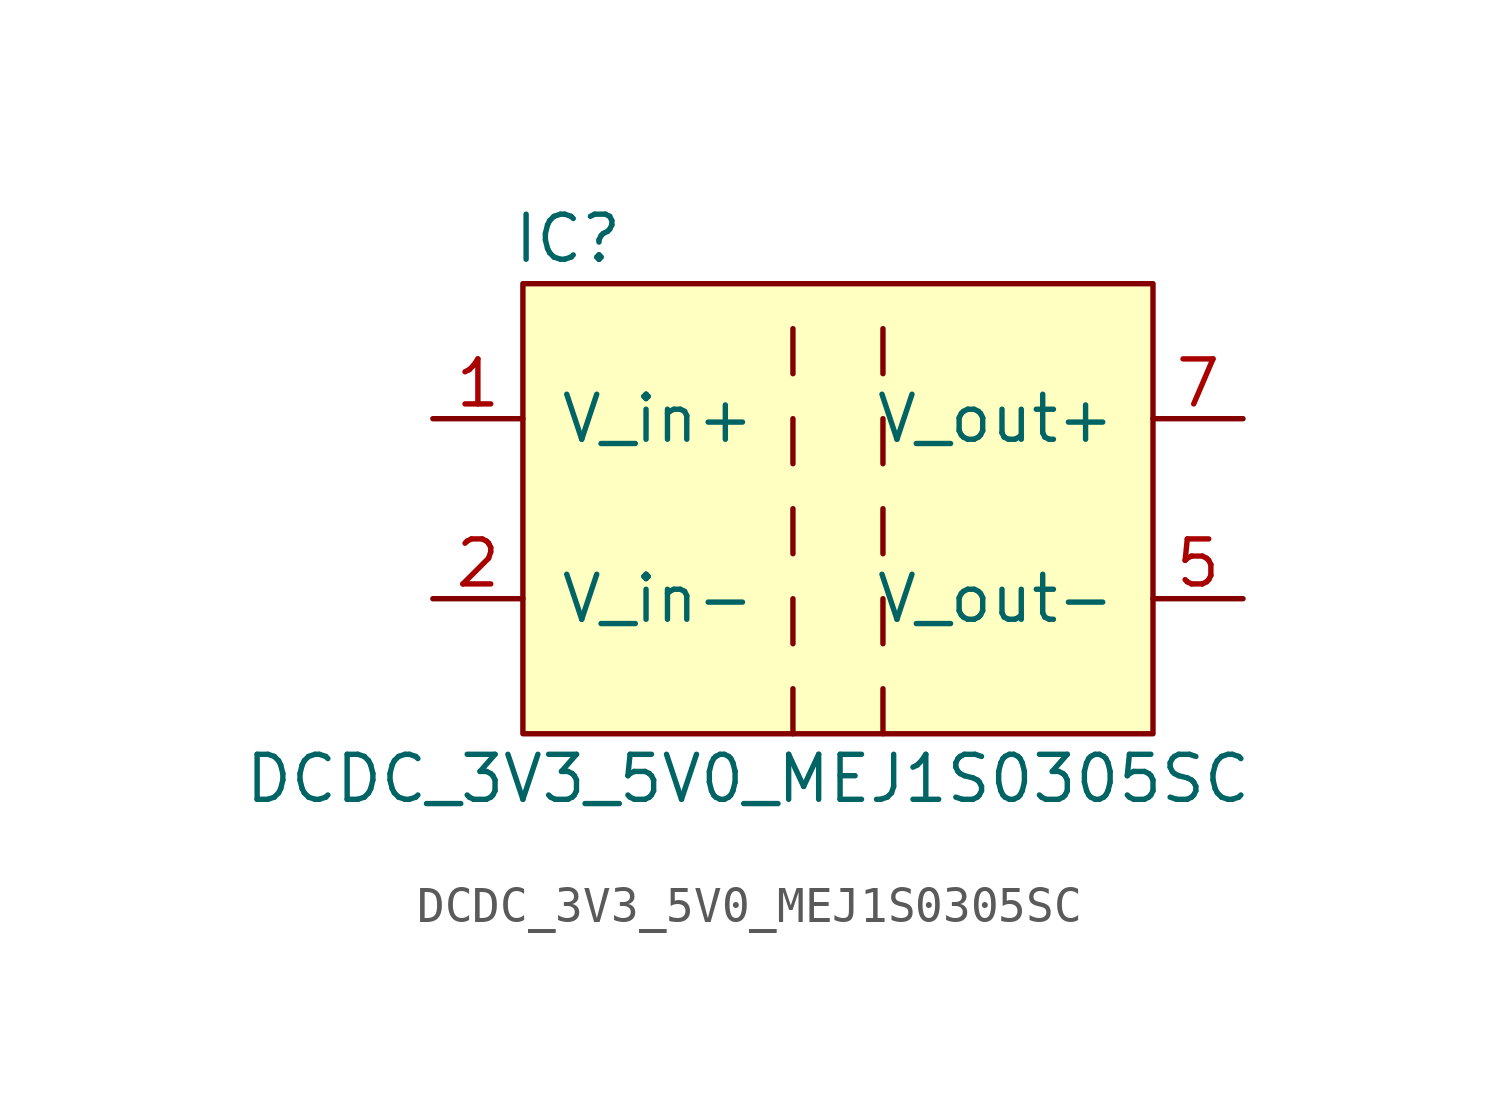
<source format=kicad_sym>
(kicad_symbol_lib
  (version 20220914)
  (generator kicad_symbol_editor)
  (symbol "DCDC_3V3_5V0_MEJ1S0305SC"
    (pin_names
      (offset 1.016))
    (property "Reference" "IC"
      (at -7.62 8.89 0)
      (effects (font (size 1.27 1.27))))
    (property "Value" "DCDC_3V3_5V0_MEJ1S0305SC"
      (at -2.54 -6.35 0)
      (effects (font (size 1.27 1.27))))
    (symbol "DCDC_3V3_5V0_MEJ1S0305SC_1_1"
      (rectangle (start -8.89 7.62) (end 8.89 -5.08) (stroke (width 0) (type default)) (fill (type background)))
      (rectangle (start -1.27 -3.81) (end -1.27 -5.08) (stroke (width 0) (type default)) (fill (type none)))
      (rectangle (start -1.27 -1.27) (end -1.27 -2.54) (stroke (width 0) (type default)) (fill (type none)))
      (rectangle (start -1.27 1.27) (end -1.27 0) (stroke (width 0) (type default)) (fill (type none)))
      (rectangle (start -1.27 3.81) (end -1.27 2.54) (stroke (width 0) (type default)) (fill (type none)))
      (rectangle (start -1.27 6.35) (end -1.27 5.08) (stroke (width 0) (type default)) (fill (type none)))
      (rectangle (start 1.27 -3.81) (end 1.27 -5.08) (stroke (width 0) (type default)) (fill (type none)))
      (rectangle (start 1.27 -1.27) (end 1.27 -2.54) (stroke (width 0) (type default)) (fill (type none)))
      (rectangle (start 1.27 1.27) (end 1.27 0) (stroke (width 0) (type default)) (fill (type none)))
      (rectangle (start 1.27 3.81) (end 1.27 2.54) (stroke (width 0) (type default)) (fill (type none)))
      (rectangle (start 1.27 6.35) (end 1.27 5.08) (stroke (width 0) (type default)) (fill (type none)))
      (pin power_in line (at -11.43 3.81 0) (length 2.54) (name "V_in+" (effects (font (size 1.27 1.27)))) (number "1" (effects (font (size 1.27 1.27)))))
      (pin power_in line (at -11.43 -1.27 0) (length 2.54) (name "V_in-" (effects (font (size 1.27 1.27)))) (number "2" (effects (font (size 1.27 1.27)))))
      (pin power_out line (at 11.43 -1.27 180) (length 2.54) (name "V_out-" (effects (font (size 1.27 1.27)))) (number "5" (effects (font (size 1.27 1.27)))))
      (pin power_out line (at 11.43 3.81 180) (length 2.54) (name "V_out+" (effects (font (size 1.27 1.27)))) (number "7" (effects (font (size 1.27 1.27))))))))
</source>
